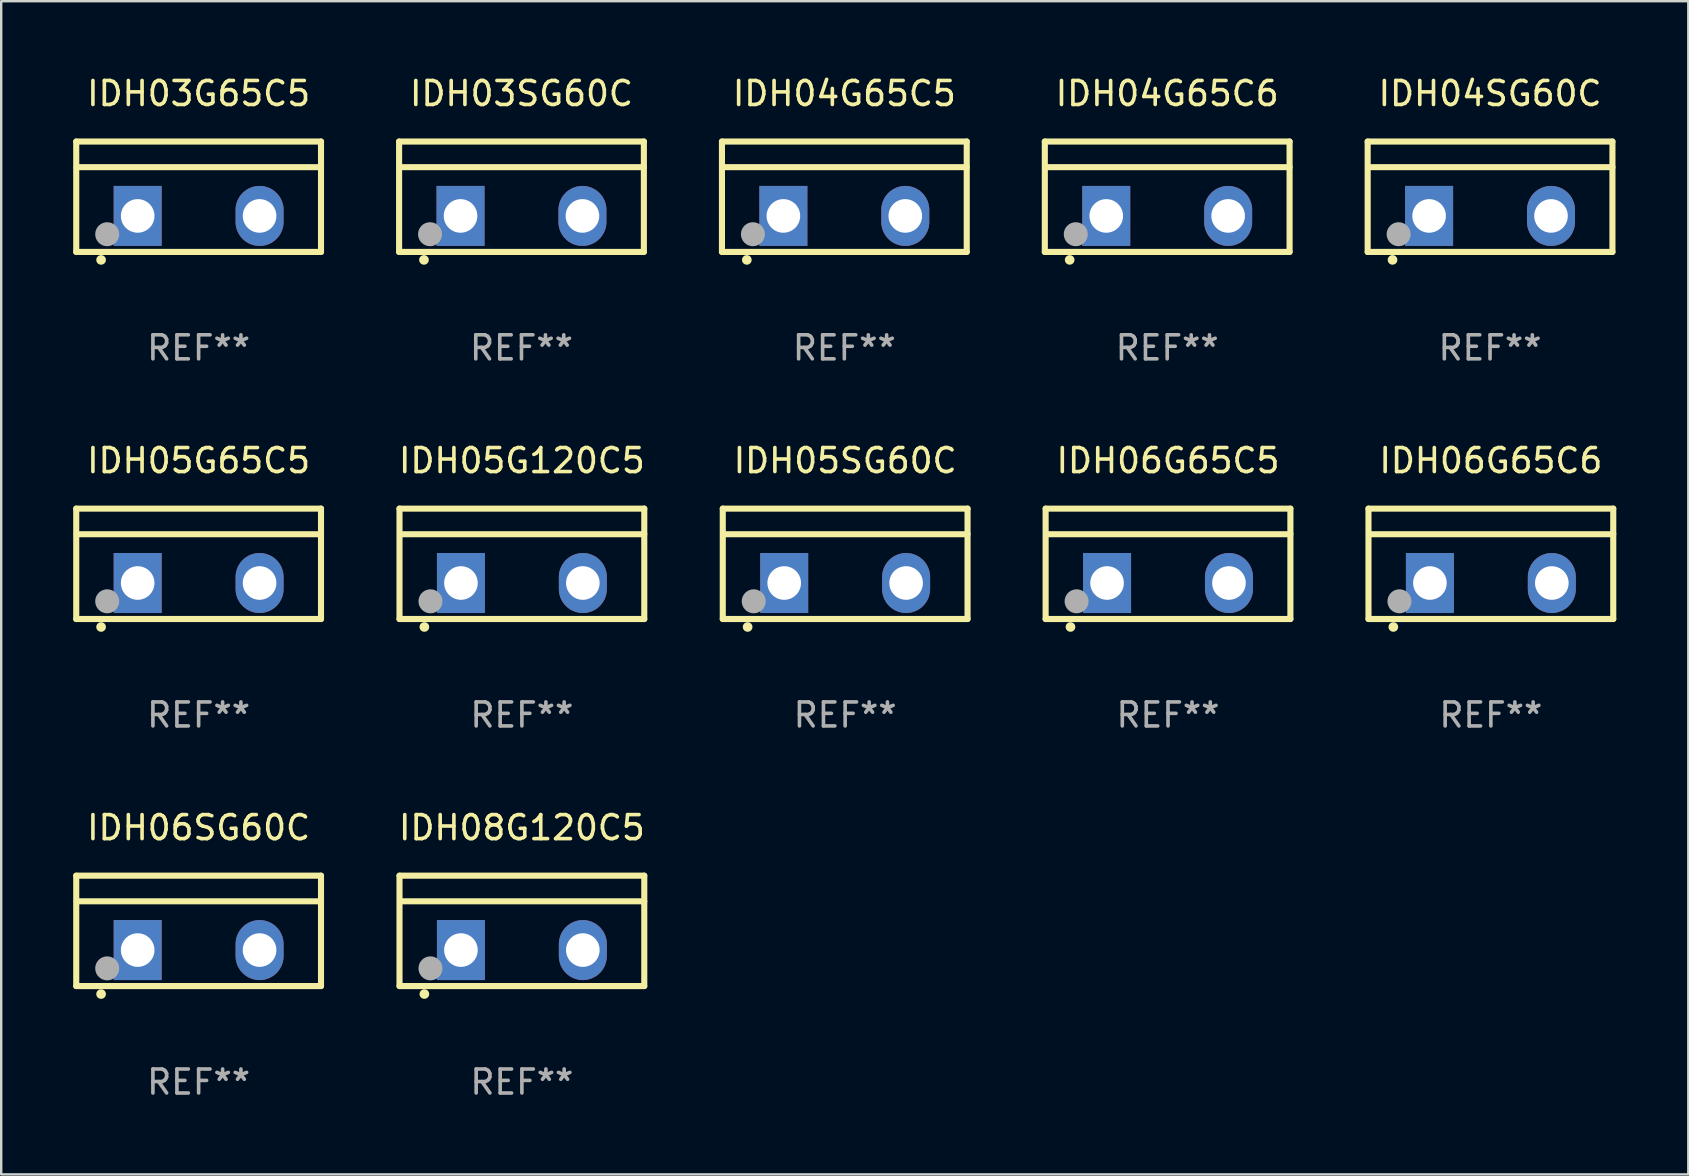
<source format=kicad_pcb>
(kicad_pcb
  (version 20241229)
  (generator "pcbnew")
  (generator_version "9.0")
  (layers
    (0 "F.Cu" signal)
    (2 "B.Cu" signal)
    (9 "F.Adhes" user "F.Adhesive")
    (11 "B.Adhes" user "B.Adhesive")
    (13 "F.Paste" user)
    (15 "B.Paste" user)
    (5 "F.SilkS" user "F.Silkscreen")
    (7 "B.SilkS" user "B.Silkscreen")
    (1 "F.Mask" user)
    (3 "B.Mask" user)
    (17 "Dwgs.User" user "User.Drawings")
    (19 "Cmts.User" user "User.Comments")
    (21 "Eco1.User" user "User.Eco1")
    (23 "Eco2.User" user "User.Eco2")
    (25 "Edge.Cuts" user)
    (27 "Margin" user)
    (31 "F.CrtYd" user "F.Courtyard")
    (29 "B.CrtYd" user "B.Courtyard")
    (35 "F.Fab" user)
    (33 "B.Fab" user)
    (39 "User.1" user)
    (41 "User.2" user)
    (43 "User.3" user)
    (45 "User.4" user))
  (footprint "IDH05G65C5"
    (layer "F.Cu")
    (at 5.227 20.445)
    (property "Reference" "IDH05G65C5" (at 0 -4.3 0) (layer "F.SilkS") (effects (font (size 1 1) (thickness 0.15))))
    (attr through_hole)
    (fp_line (start -5.1 -2.3) (end -5.1 2.3) (stroke (width 0.254) (type solid)) (layer "F.SilkS"))
    (fp_line (start -5.1 2.3) (end 5.1 2.3) (stroke (width 0.254) (type solid)) (layer "F.SilkS"))
    (fp_line (start -5.08 -1.232) (end 5.1 -1.232) (stroke (width 0.254) (type solid)) (layer "F.SilkS"))
    (fp_line (start 5.1 -2.3) (end -5.1 -2.3) (stroke (width 0.254) (type solid)) (layer "F.SilkS"))
    (fp_line (start 5.1 -2.3) (end 5.1 2.3) (stroke (width 0.254) (type solid)) (layer "F.SilkS"))
    (fp_arc (start -4.065278 2.632004) (mid -4.064008 2.632) (end -4.062738 2.632004) (stroke (width 0.4) (type solid)) (layer "F.SilkS"))
    (fp_circle (center -5.1 2.32) (end -5.07 2.32) (stroke (width 0.06) (type solid)) (fill no) (layer "F.SilkS"))
    (fp_circle (center -3.81 1.562) (end -3.56 1.562) (stroke (width 0.5) (type solid)) (fill no) (layer "F.Fab"))
    (fp_text user "REF**" (at 0 6.3 0) (layer "F.Fab") (effects (font (size 1 1) (thickness 0.15))))
    (pad "1" thru_hole rect (at -2.54 0.8) (size 2 2.5) (drill 1.4) (layers "*.Cu" "*.Mask"))
    (pad "2" thru_hole oval (at 2.54 0.8) (size 2 2.5) (drill 1.4) (layers "*.Cu" "*.Mask")))
  (footprint "IDH06G65C5"
    (layer "F.Cu")
    (at 45.623 20.445)
    (property "Reference" "IDH06G65C5" (at 0 -4.3 0) (layer "F.SilkS") (effects (font (size 1 1) (thickness 0.15))))
    (attr through_hole)
    (fp_line (start -5.1 -2.3) (end -5.1 2.3) (stroke (width 0.254) (type solid)) (layer "F.SilkS"))
    (fp_line (start -5.1 2.3) (end 5.1 2.3) (stroke (width 0.254) (type solid)) (layer "F.SilkS"))
    (fp_line (start -5.08 -1.232) (end 5.1 -1.232) (stroke (width 0.254) (type solid)) (layer "F.SilkS"))
    (fp_line (start 5.1 -2.3) (end -5.1 -2.3) (stroke (width 0.254) (type solid)) (layer "F.SilkS"))
    (fp_line (start 5.1 -2.3) (end 5.1 2.3) (stroke (width 0.254) (type solid)) (layer "F.SilkS"))
    (fp_arc (start -4.065278 2.632004) (mid -4.064008 2.632) (end -4.062738 2.632004) (stroke (width 0.4) (type solid)) (layer "F.SilkS"))
    (fp_circle (center -5.1 2.32) (end -5.07 2.32) (stroke (width 0.06) (type solid)) (fill no) (layer "F.SilkS"))
    (fp_circle (center -3.81 1.562) (end -3.56 1.562) (stroke (width 0.5) (type solid)) (fill no) (layer "F.Fab"))
    (fp_text user "REF**" (at 0 6.3 0) (layer "F.Fab") (effects (font (size 1 1) (thickness 0.15))))
    (pad "1" thru_hole rect (at -2.54 0.8) (size 2 2.5) (drill 1.4) (layers "*.Cu" "*.Mask"))
    (pad "2" thru_hole oval (at 2.54 0.8) (size 2 2.5) (drill 1.4) (layers "*.Cu" "*.Mask")))
  (footprint "IDH05G120C5"
    (layer "F.Cu")
    (at 18.698 20.445)
    (property "Reference" "IDH05G120C5" (at 0 -4.3 0) (layer "F.SilkS") (effects (font (size 1 1) (thickness 0.15))))
    (attr through_hole)
    (fp_line (start -5.1 -2.3) (end -5.1 2.3) (stroke (width 0.254) (type solid)) (layer "F.SilkS"))
    (fp_line (start -5.1 2.3) (end 5.1 2.3) (stroke (width 0.254) (type solid)) (layer "F.SilkS"))
    (fp_line (start -5.08 -1.232) (end 5.1 -1.232) (stroke (width 0.254) (type solid)) (layer "F.SilkS"))
    (fp_line (start 5.1 -2.3) (end -5.1 -2.3) (stroke (width 0.254) (type solid)) (layer "F.SilkS"))
    (fp_line (start 5.1 -2.3) (end 5.1 2.3) (stroke (width 0.254) (type solid)) (layer "F.SilkS"))
    (fp_arc (start -4.065278 2.632004) (mid -4.064008 2.632) (end -4.062738 2.632004) (stroke (width 0.4) (type solid)) (layer "F.SilkS"))
    (fp_circle (center -5.1 2.32) (end -5.07 2.32) (stroke (width 0.06) (type solid)) (fill no) (layer "F.SilkS"))
    (fp_circle (center -3.81 1.562) (end -3.56 1.562) (stroke (width 0.5) (type solid)) (fill no) (layer "F.Fab"))
    (fp_text user "REF**" (at 0 6.3 0) (layer "F.Fab") (effects (font (size 1 1) (thickness 0.15))))
    (pad "1" thru_hole rect (at -2.54 0.8) (size 2 2.5) (drill 1.4) (layers "*.Cu" "*.Mask"))
    (pad "2" thru_hole oval (at 2.54 0.8) (size 2 2.5) (drill 1.4) (layers "*.Cu" "*.Mask")))
  (footprint "IDH05SG60C"
    (layer "F.Cu")
    (at 32.169 20.445)
    (property "Reference" "IDH05SG60C" (at 0 -4.3 0) (layer "F.SilkS") (effects (font (size 1 1) (thickness 0.15))))
    (attr through_hole)
    (fp_line (start -5.1 -2.3) (end -5.1 2.3) (stroke (width 0.254) (type solid)) (layer "F.SilkS"))
    (fp_line (start -5.1 2.3) (end 5.1 2.3) (stroke (width 0.254) (type solid)) (layer "F.SilkS"))
    (fp_line (start -5.08 -1.232) (end 5.1 -1.232) (stroke (width 0.254) (type solid)) (layer "F.SilkS"))
    (fp_line (start 5.1 -2.3) (end -5.1 -2.3) (stroke (width 0.254) (type solid)) (layer "F.SilkS"))
    (fp_line (start 5.1 -2.3) (end 5.1 2.3) (stroke (width 0.254) (type solid)) (layer "F.SilkS"))
    (fp_arc (start -4.065278 2.632004) (mid -4.064008 2.632) (end -4.062738 2.632004) (stroke (width 0.4) (type solid)) (layer "F.SilkS"))
    (fp_circle (center -5.1 2.32) (end -5.07 2.32) (stroke (width 0.06) (type solid)) (fill no) (layer "F.SilkS"))
    (fp_circle (center -3.81 1.562) (end -3.56 1.562) (stroke (width 0.5) (type solid)) (fill no) (layer "F.Fab"))
    (fp_text user "REF**" (at 0 6.3 0) (layer "F.Fab") (effects (font (size 1 1) (thickness 0.15))))
    (pad "1" thru_hole rect (at -2.54 0.8) (size 2 2.5) (drill 1.4) (layers "*.Cu" "*.Mask"))
    (pad "2" thru_hole oval (at 2.54 0.8) (size 2 2.5) (drill 1.4) (layers "*.Cu" "*.Mask")))
  (footprint "IDH04G65C5"
    (layer "F.Cu")
    (at 32.135 5.148)
    (property "Reference" "IDH04G65C5" (at 0 -4.3 0) (layer "F.SilkS") (effects (font (size 1 1) (thickness 0.15))))
    (attr through_hole)
    (fp_line (start -5.1 -2.3) (end -5.1 2.3) (stroke (width 0.254) (type solid)) (layer "F.SilkS"))
    (fp_line (start -5.1 2.3) (end 5.1 2.3) (stroke (width 0.254) (type solid)) (layer "F.SilkS"))
    (fp_line (start -5.08 -1.232) (end 5.1 -1.232) (stroke (width 0.254) (type solid)) (layer "F.SilkS"))
    (fp_line (start 5.1 -2.3) (end -5.1 -2.3) (stroke (width 0.254) (type solid)) (layer "F.SilkS"))
    (fp_line (start 5.1 -2.3) (end 5.1 2.3) (stroke (width 0.254) (type solid)) (layer "F.SilkS"))
    (fp_arc (start -4.065278 2.632004) (mid -4.064008 2.632) (end -4.062738 2.632004) (stroke (width 0.4) (type solid)) (layer "F.SilkS"))
    (fp_circle (center -5.1 2.32) (end -5.07 2.32) (stroke (width 0.06) (type solid)) (fill no) (layer "F.SilkS"))
    (fp_circle (center -3.81 1.562) (end -3.56 1.562) (stroke (width 0.5) (type solid)) (fill no) (layer "F.Fab"))
    (fp_text user "REF**" (at 0 6.3 0) (layer "F.Fab") (effects (font (size 1 1) (thickness 0.15))))
    (pad "1" thru_hole rect (at -2.54 0.8) (size 2 2.5) (drill 1.4) (layers "*.Cu" "*.Mask"))
    (pad "2" thru_hole oval (at 2.54 0.8) (size 2 2.5) (drill 1.4) (layers "*.Cu" "*.Mask")))
  (footprint "IDH04SG60C"
    (layer "F.Cu")
    (at 59.043 5.148)
    (property "Reference" "IDH04SG60C" (at 0 -4.3 0) (layer "F.SilkS") (effects (font (size 1 1) (thickness 0.15))))
    (attr through_hole)
    (fp_line (start -5.1 -2.3) (end -5.1 2.3) (stroke (width 0.254) (type solid)) (layer "F.SilkS"))
    (fp_line (start -5.1 2.3) (end 5.1 2.3) (stroke (width 0.254) (type solid)) (layer "F.SilkS"))
    (fp_line (start -5.08 -1.232) (end 5.1 -1.232) (stroke (width 0.254) (type solid)) (layer "F.SilkS"))
    (fp_line (start 5.1 -2.3) (end -5.1 -2.3) (stroke (width 0.254) (type solid)) (layer "F.SilkS"))
    (fp_line (start 5.1 -2.3) (end 5.1 2.3) (stroke (width 0.254) (type solid)) (layer "F.SilkS"))
    (fp_arc (start -4.065278 2.632004) (mid -4.064008 2.632) (end -4.062738 2.632004) (stroke (width 0.4) (type solid)) (layer "F.SilkS"))
    (fp_circle (center -5.1 2.32) (end -5.07 2.32) (stroke (width 0.06) (type solid)) (fill no) (layer "F.SilkS"))
    (fp_circle (center -3.81 1.562) (end -3.56 1.562) (stroke (width 0.5) (type solid)) (fill no) (layer "F.Fab"))
    (fp_text user "REF**" (at 0 6.3 0) (layer "F.Fab") (effects (font (size 1 1) (thickness 0.15))))
    (pad "1" thru_hole rect (at -2.54 0.8) (size 2 2.5) (drill 1.4) (layers "*.Cu" "*.Mask"))
    (pad "2" thru_hole oval (at 2.54 0.8) (size 2 2.5) (drill 1.4) (layers "*.Cu" "*.Mask")))
  (footprint "IDH03SG60C"
    (layer "F.Cu")
    (at 18.681 5.148)
    (property "Reference" "IDH03SG60C" (at 0 -4.3 0) (layer "F.SilkS") (effects (font (size 1 1) (thickness 0.15))))
    (attr through_hole)
    (fp_line (start -5.1 -2.3) (end -5.1 2.3) (stroke (width 0.254) (type solid)) (layer "F.SilkS"))
    (fp_line (start -5.1 2.3) (end 5.1 2.3) (stroke (width 0.254) (type solid)) (layer "F.SilkS"))
    (fp_line (start -5.08 -1.232) (end 5.1 -1.232) (stroke (width 0.254) (type solid)) (layer "F.SilkS"))
    (fp_line (start 5.1 -2.3) (end -5.1 -2.3) (stroke (width 0.254) (type solid)) (layer "F.SilkS"))
    (fp_line (start 5.1 -2.3) (end 5.1 2.3) (stroke (width 0.254) (type solid)) (layer "F.SilkS"))
    (fp_arc (start -4.065278 2.632004) (mid -4.064008 2.632) (end -4.062738 2.632004) (stroke (width 0.4) (type solid)) (layer "F.SilkS"))
    (fp_circle (center -5.1 2.32) (end -5.07 2.32) (stroke (width 0.06) (type solid)) (fill no) (layer "F.SilkS"))
    (fp_circle (center -3.81 1.562) (end -3.56 1.562) (stroke (width 0.5) (type solid)) (fill no) (layer "F.Fab"))
    (fp_text user "REF**" (at 0 6.3 0) (layer "F.Fab") (effects (font (size 1 1) (thickness 0.15))))
    (pad "1" thru_hole rect (at -2.54 0.8) (size 2 2.5) (drill 1.4) (layers "*.Cu" "*.Mask"))
    (pad "2" thru_hole oval (at 2.54 0.8) (size 2 2.5) (drill 1.4) (layers "*.Cu" "*.Mask")))
  (footprint "IDH08G120C5"
    (layer "F.Cu")
    (at 18.698 35.741)
    (property "Reference" "IDH08G120C5" (at 0 -4.3 0) (layer "F.SilkS") (effects (font (size 1 1) (thickness 0.15))))
    (attr through_hole)
    (fp_line (start -5.1 -2.3) (end -5.1 2.3) (stroke (width 0.254) (type solid)) (layer "F.SilkS"))
    (fp_line (start -5.1 2.3) (end 5.1 2.3) (stroke (width 0.254) (type solid)) (layer "F.SilkS"))
    (fp_line (start -5.08 -1.232) (end 5.1 -1.232) (stroke (width 0.254) (type solid)) (layer "F.SilkS"))
    (fp_line (start 5.1 -2.3) (end -5.1 -2.3) (stroke (width 0.254) (type solid)) (layer "F.SilkS"))
    (fp_line (start 5.1 -2.3) (end 5.1 2.3) (stroke (width 0.254) (type solid)) (layer "F.SilkS"))
    (fp_arc (start -4.065278 2.632004) (mid -4.064008 2.632) (end -4.062738 2.632004) (stroke (width 0.4) (type solid)) (layer "F.SilkS"))
    (fp_circle (center -5.1 2.32) (end -5.07 2.32) (stroke (width 0.06) (type solid)) (fill no) (layer "F.SilkS"))
    (fp_circle (center -3.81 1.562) (end -3.56 1.562) (stroke (width 0.5) (type solid)) (fill no) (layer "F.Fab"))
    (fp_text user "REF**" (at 0 6.3 0) (layer "F.Fab") (effects (font (size 1 1) (thickness 0.15))))
    (pad "1" thru_hole rect (at -2.54 0.8) (size 2 2.5) (drill 1.4) (layers "*.Cu" "*.Mask"))
    (pad "2" thru_hole oval (at 2.54 0.8) (size 2 2.5) (drill 1.4) (layers "*.Cu" "*.Mask")))
  (footprint "IDH03G65C5"
    (layer "F.Cu")
    (at 5.227 5.148)
    (property "Reference" "IDH03G65C5" (at 0 -4.3 0) (layer "F.SilkS") (effects (font (size 1 1) (thickness 0.15))))
    (attr through_hole)
    (fp_line (start -5.1 -2.3) (end -5.1 2.3) (stroke (width 0.254) (type solid)) (layer "F.SilkS"))
    (fp_line (start -5.1 2.3) (end 5.1 2.3) (stroke (width 0.254) (type solid)) (layer "F.SilkS"))
    (fp_line (start -5.08 -1.232) (end 5.1 -1.232) (stroke (width 0.254) (type solid)) (layer "F.SilkS"))
    (fp_line (start 5.1 -2.3) (end -5.1 -2.3) (stroke (width 0.254) (type solid)) (layer "F.SilkS"))
    (fp_line (start 5.1 -2.3) (end 5.1 2.3) (stroke (width 0.254) (type solid)) (layer "F.SilkS"))
    (fp_arc (start -4.065278 2.632004) (mid -4.064008 2.632) (end -4.062738 2.632004) (stroke (width 0.4) (type solid)) (layer "F.SilkS"))
    (fp_circle (center -5.1 2.32) (end -5.07 2.32) (stroke (width 0.06) (type solid)) (fill no) (layer "F.SilkS"))
    (fp_circle (center -3.81 1.562) (end -3.56 1.562) (stroke (width 0.5) (type solid)) (fill no) (layer "F.Fab"))
    (fp_text user "REF**" (at 0 6.3 0) (layer "F.Fab") (effects (font (size 1 1) (thickness 0.15))))
    (pad "1" thru_hole rect (at -2.54 0.8) (size 2 2.5) (drill 1.4) (layers "*.Cu" "*.Mask"))
    (pad "2" thru_hole oval (at 2.54 0.8) (size 2 2.5) (drill 1.4) (layers "*.Cu" "*.Mask")))
  (footprint "IDH06G65C6"
    (layer "F.Cu")
    (at 59.077 20.445)
    (property "Reference" "IDH06G65C6" (at 0 -4.3 0) (layer "F.SilkS") (effects (font (size 1 1) (thickness 0.15))))
    (attr through_hole)
    (fp_line (start -5.1 -2.3) (end -5.1 2.3) (stroke (width 0.254) (type solid)) (layer "F.SilkS"))
    (fp_line (start -5.1 2.3) (end 5.1 2.3) (stroke (width 0.254) (type solid)) (layer "F.SilkS"))
    (fp_line (start -5.08 -1.232) (end 5.1 -1.232) (stroke (width 0.254) (type solid)) (layer "F.SilkS"))
    (fp_line (start 5.1 -2.3) (end -5.1 -2.3) (stroke (width 0.254) (type solid)) (layer "F.SilkS"))
    (fp_line (start 5.1 -2.3) (end 5.1 2.3) (stroke (width 0.254) (type solid)) (layer "F.SilkS"))
    (fp_arc (start -4.065278 2.632004) (mid -4.064008 2.632) (end -4.062738 2.632004) (stroke (width 0.4) (type solid)) (layer "F.SilkS"))
    (fp_circle (center -5.1 2.32) (end -5.07 2.32) (stroke (width 0.06) (type solid)) (fill no) (layer "F.SilkS"))
    (fp_circle (center -3.81 1.562) (end -3.56 1.562) (stroke (width 0.5) (type solid)) (fill no) (layer "F.Fab"))
    (fp_text user "REF**" (at 0 6.3 0) (layer "F.Fab") (effects (font (size 1 1) (thickness 0.15))))
    (pad "1" thru_hole rect (at -2.54 0.8) (size 2 2.5) (drill 1.4) (layers "*.Cu" "*.Mask"))
    (pad "2" thru_hole oval (at 2.54 0.8) (size 2 2.5) (drill 1.4) (layers "*.Cu" "*.Mask")))
  (footprint "IDH06SG60C"
    (layer "F.Cu")
    (at 5.227 35.741)
    (property "Reference" "IDH06SG60C" (at 0 -4.3 0) (layer "F.SilkS") (effects (font (size 1 1) (thickness 0.15))))
    (attr through_hole)
    (fp_line (start -5.1 -2.3) (end -5.1 2.3) (stroke (width 0.254) (type solid)) (layer "F.SilkS"))
    (fp_line (start -5.1 2.3) (end 5.1 2.3) (stroke (width 0.254) (type solid)) (layer "F.SilkS"))
    (fp_line (start -5.08 -1.232) (end 5.1 -1.232) (stroke (width 0.254) (type solid)) (layer "F.SilkS"))
    (fp_line (start 5.1 -2.3) (end -5.1 -2.3) (stroke (width 0.254) (type solid)) (layer "F.SilkS"))
    (fp_line (start 5.1 -2.3) (end 5.1 2.3) (stroke (width 0.254) (type solid)) (layer "F.SilkS"))
    (fp_arc (start -4.065278 2.632004) (mid -4.064008 2.632) (end -4.062738 2.632004) (stroke (width 0.4) (type solid)) (layer "F.SilkS"))
    (fp_circle (center -5.1 2.32) (end -5.07 2.32) (stroke (width 0.06) (type solid)) (fill no) (layer "F.SilkS"))
    (fp_circle (center -3.81 1.562) (end -3.56 1.562) (stroke (width 0.5) (type solid)) (fill no) (layer "F.Fab"))
    (fp_text user "REF**" (at 0 6.3 0) (layer "F.Fab") (effects (font (size 1 1) (thickness 0.15))))
    (pad "1" thru_hole rect (at -2.54 0.8) (size 2 2.5) (drill 1.4) (layers "*.Cu" "*.Mask"))
    (pad "2" thru_hole oval (at 2.54 0.8) (size 2 2.5) (drill 1.4) (layers "*.Cu" "*.Mask")))
  (footprint "IDH04G65C6"
    (layer "F.Cu")
    (at 45.589 5.148)
    (property "Reference" "IDH04G65C6" (at 0 -4.3 0) (layer "F.SilkS") (effects (font (size 1 1) (thickness 0.15))))
    (attr through_hole)
    (fp_line (start -5.1 -2.3) (end -5.1 2.3) (stroke (width 0.254) (type solid)) (layer "F.SilkS"))
    (fp_line (start -5.1 2.3) (end 5.1 2.3) (stroke (width 0.254) (type solid)) (layer "F.SilkS"))
    (fp_line (start -5.08 -1.232) (end 5.1 -1.232) (stroke (width 0.254) (type solid)) (layer "F.SilkS"))
    (fp_line (start 5.1 -2.3) (end -5.1 -2.3) (stroke (width 0.254) (type solid)) (layer "F.SilkS"))
    (fp_line (start 5.1 -2.3) (end 5.1 2.3) (stroke (width 0.254) (type solid)) (layer "F.SilkS"))
    (fp_arc (start -4.065278 2.632004) (mid -4.064008 2.632) (end -4.062738 2.632004) (stroke (width 0.4) (type solid)) (layer "F.SilkS"))
    (fp_circle (center -5.1 2.32) (end -5.07 2.32) (stroke (width 0.06) (type solid)) (fill no) (layer "F.SilkS"))
    (fp_circle (center -3.81 1.562) (end -3.56 1.562) (stroke (width 0.5) (type solid)) (fill no) (layer "F.Fab"))
    (fp_text user "REF**" (at 0 6.3 0) (layer "F.Fab") (effects (font (size 1 1) (thickness 0.15))))
    (pad "1" thru_hole rect (at -2.54 0.8) (size 2 2.5) (drill 1.4) (layers "*.Cu" "*.Mask"))
    (pad "2" thru_hole oval (at 2.54 0.8) (size 2 2.5) (drill 1.4) (layers "*.Cu" "*.Mask")))
  (gr_rect
    (start -3 -3)
    (end 67.304 45.889)
    (stroke (width 0.1) (type default))
    (fill no)
    (layer "Edge.Cuts")))
</source>
